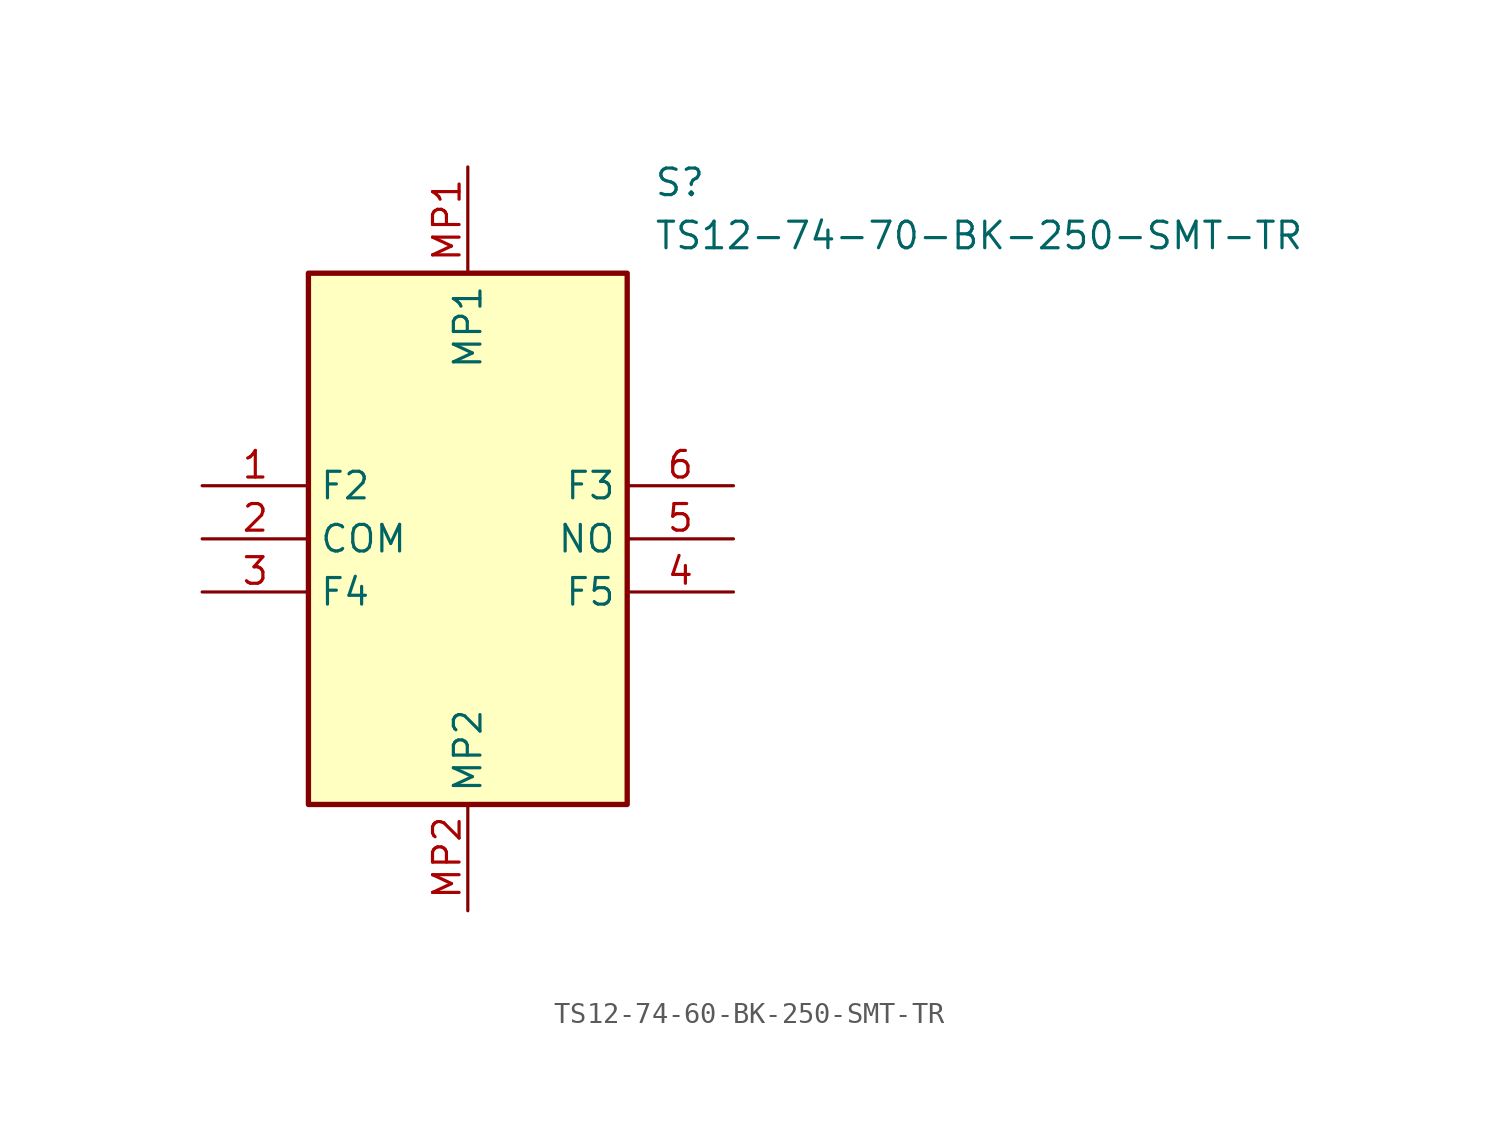
<source format=kicad_sym>
(kicad_symbol_lib
  (version 20220914)
  (generator kicad_symbol_editor)
  (symbol "TS12-74-60-BK-250-SMT-TR"
    (property "Reference" "S"
      (at 8.89 17.78 0)
      (effects (font (size 1.27 1.27)) (justify left top)))
    (property "Value" "TS12-74-70-BK-250-SMT-TR"
      (at 8.89 15.24 0)
      (effects (font (size 1.27 1.27)) (justify left top)))
    (symbol "TS12-74-60-BK-250-SMT-TR_1_1"
      (rectangle (start -7.62 12.7) (end 7.62 -12.7) (stroke (width 0.254) (type default)) (fill (type background)))
      (pin passive line (at -12.7 2.54 0) (length 5.08) (name "F2" (effects (font (size 1.27 1.27)))) (number "1" (effects (font (size 1.27 1.27)))))
      (pin passive line (at -12.7 0 0) (length 5.08) (name "COM" (effects (font (size 1.27 1.27)))) (number "2" (effects (font (size 1.27 1.27)))))
      (pin passive line (at -12.7 -2.54 0) (length 5.08) (name "F4" (effects (font (size 1.27 1.27)))) (number "3" (effects (font (size 1.27 1.27)))))
      (pin passive line (at 12.7 -2.54 180) (length 5.08) (name "F5" (effects (font (size 1.27 1.27)))) (number "4" (effects (font (size 1.27 1.27)))))
      (pin passive line (at 12.7 0 180) (length 5.08) (name "NO" (effects (font (size 1.27 1.27)))) (number "5" (effects (font (size 1.27 1.27)))))
      (pin passive line (at 12.7 2.54 180) (length 5.08) (name "F3" (effects (font (size 1.27 1.27)))) (number "6" (effects (font (size 1.27 1.27)))))
      (pin passive line (at 0 17.78 270) (length 5.08) (name "MP1" (effects (font (size 1.27 1.27)))) (number "MP1" (effects (font (size 1.27 1.27)))))
      (pin passive line (at 0 -17.78 90) (length 5.08) (name "MP2" (effects (font (size 1.27 1.27)))) (number "MP2" (effects (font (size 1.27 1.27))))))))
</source>
